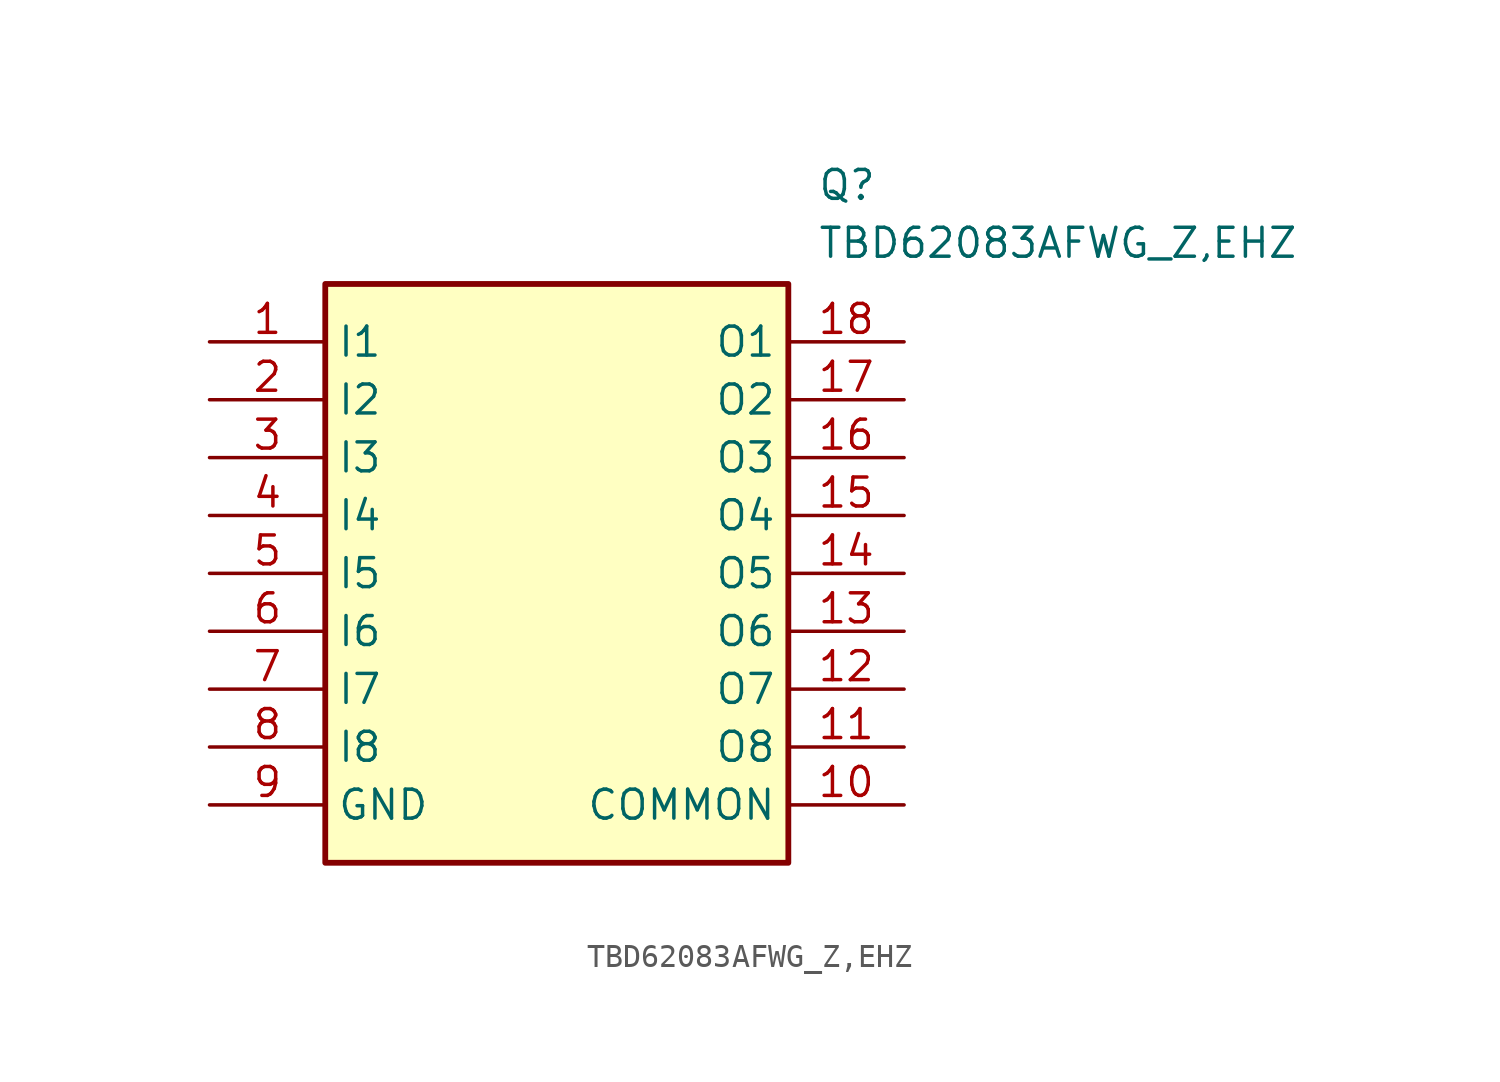
<source format=kicad_sym>
(kicad_symbol_lib
  (version 20211014)
  (generator SamacSys_ECAD_Model)
  (symbol "TBD62083AFWG_Z,EHZ"
    (property "Reference" "Q"
      (at 26.67 7.62 0)
      (effects (font (size 1.27 1.27)) (justify left top)))
    (property "Value" "TBD62083AFWG_Z,EHZ"
      (at 26.67 5.08 0)
      (effects (font (size 1.27 1.27)) (justify left top)))
    (rectangle
      (start 5.08 2.54)
      (end 25.4 -22.86)
      (stroke (width 0.254) (type default))
      (fill (type background)))
    (pin passive line
      (at 0 0 0)
      (length 5.08)
      (name "I1" (effects (font (size 1.27 1.27))))
      (number "1" (effects (font (size 1.27 1.27)))))
    (pin passive line
      (at 0 -2.54 0)
      (length 5.08)
      (name "I2" (effects (font (size 1.27 1.27))))
      (number "2" (effects (font (size 1.27 1.27)))))
    (pin passive line
      (at 0 -5.08 0)
      (length 5.08)
      (name "I3" (effects (font (size 1.27 1.27))))
      (number "3" (effects (font (size 1.27 1.27)))))
    (pin passive line
      (at 0 -7.62 0)
      (length 5.08)
      (name "I4" (effects (font (size 1.27 1.27))))
      (number "4" (effects (font (size 1.27 1.27)))))
    (pin passive line
      (at 0 -10.16 0)
      (length 5.08)
      (name "I5" (effects (font (size 1.27 1.27))))
      (number "5" (effects (font (size 1.27 1.27)))))
    (pin passive line
      (at 0 -12.7 0)
      (length 5.08)
      (name "I6" (effects (font (size 1.27 1.27))))
      (number "6" (effects (font (size 1.27 1.27)))))
    (pin passive line
      (at 0 -15.24 0)
      (length 5.08)
      (name "I7" (effects (font (size 1.27 1.27))))
      (number "7" (effects (font (size 1.27 1.27)))))
    (pin passive line
      (at 0 -17.78 0)
      (length 5.08)
      (name "I8" (effects (font (size 1.27 1.27))))
      (number "8" (effects (font (size 1.27 1.27)))))
    (pin passive line
      (at 0 -20.32 0)
      (length 5.08)
      (name "GND" (effects (font (size 1.27 1.27))))
      (number "9" (effects (font (size 1.27 1.27)))))
    (pin passive line
      (at 30.48 0 180)
      (length 5.08)
      (name "O1" (effects (font (size 1.27 1.27))))
      (number "18" (effects (font (size 1.27 1.27)))))
    (pin passive line
      (at 30.48 -2.54 180)
      (length 5.08)
      (name "O2" (effects (font (size 1.27 1.27))))
      (number "17" (effects (font (size 1.27 1.27)))))
    (pin passive line
      (at 30.48 -5.08 180)
      (length 5.08)
      (name "O3" (effects (font (size 1.27 1.27))))
      (number "16" (effects (font (size 1.27 1.27)))))
    (pin passive line
      (at 30.48 -7.62 180)
      (length 5.08)
      (name "O4" (effects (font (size 1.27 1.27))))
      (number "15" (effects (font (size 1.27 1.27)))))
    (pin passive line
      (at 30.48 -10.16 180)
      (length 5.08)
      (name "O5" (effects (font (size 1.27 1.27))))
      (number "14" (effects (font (size 1.27 1.27)))))
    (pin passive line
      (at 30.48 -12.7 180)
      (length 5.08)
      (name "O6" (effects (font (size 1.27 1.27))))
      (number "13" (effects (font (size 1.27 1.27)))))
    (pin passive line
      (at 30.48 -15.24 180)
      (length 5.08)
      (name "O7" (effects (font (size 1.27 1.27))))
      (number "12" (effects (font (size 1.27 1.27)))))
    (pin passive line
      (at 30.48 -17.78 180)
      (length 5.08)
      (name "O8" (effects (font (size 1.27 1.27))))
      (number "11" (effects (font (size 1.27 1.27)))))
    (pin passive line
      (at 30.48 -20.32 180)
      (length 5.08)
      (name "COMMON" (effects (font (size 1.27 1.27))))
      (number "10" (effects (font (size 1.27 1.27)))))))
</source>
